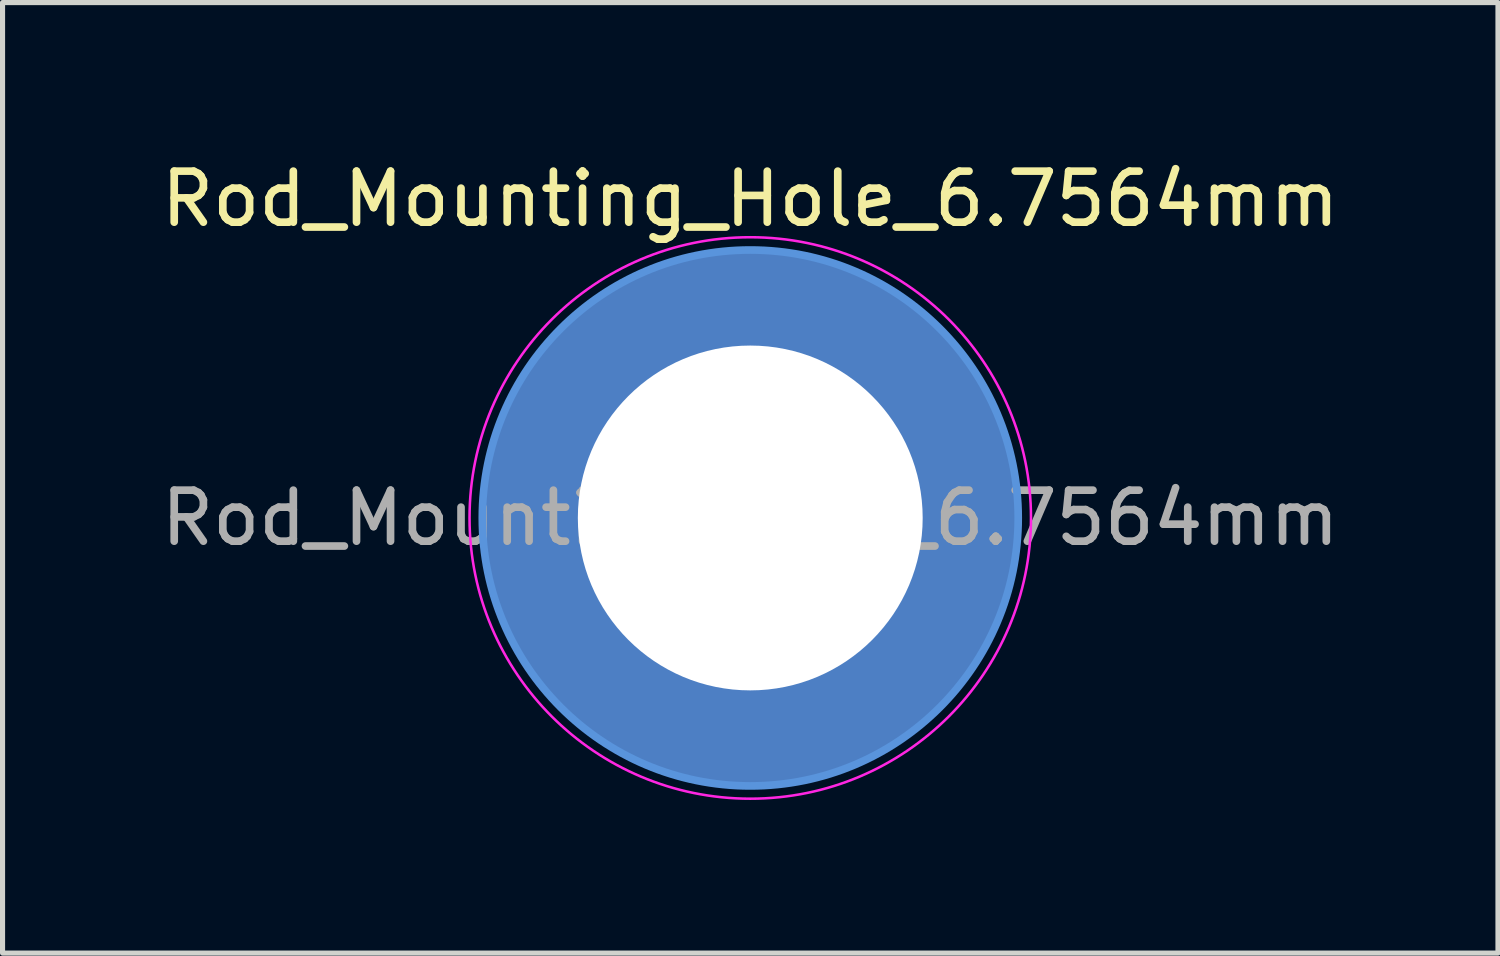
<source format=kicad_pcb>
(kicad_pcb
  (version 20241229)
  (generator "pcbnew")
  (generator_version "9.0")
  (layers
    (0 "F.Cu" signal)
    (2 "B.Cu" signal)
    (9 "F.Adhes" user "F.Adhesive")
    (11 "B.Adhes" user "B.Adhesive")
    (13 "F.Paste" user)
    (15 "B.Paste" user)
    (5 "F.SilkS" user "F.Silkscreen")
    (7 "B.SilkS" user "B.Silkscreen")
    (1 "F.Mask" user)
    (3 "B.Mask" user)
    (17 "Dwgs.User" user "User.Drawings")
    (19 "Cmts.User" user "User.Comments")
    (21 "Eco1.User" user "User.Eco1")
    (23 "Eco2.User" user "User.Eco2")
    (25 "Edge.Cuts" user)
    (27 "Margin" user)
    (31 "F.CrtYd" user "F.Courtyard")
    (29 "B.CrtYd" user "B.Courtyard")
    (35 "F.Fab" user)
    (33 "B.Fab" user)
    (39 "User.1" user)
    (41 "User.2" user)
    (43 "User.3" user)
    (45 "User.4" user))
  (footprint "Rod_Mounting_Hole_6.7564mm"
    (layer "F.Cu")
    (at 11.649 7.098)
    (property "Reference" "Rod_Mounting_Hole_6.7564mm" (at 0 -6.25 0) (layer "F.SilkS") (effects (font (size 1 1) (thickness 0.15))))
    (attr exclude_from_pos_files exclude_from_bom)
    (fp_circle (center 0 0) (end 5.25 0) (stroke (width 0.15) (type solid)) (fill no) (layer "Cmts.User"))
    (fp_circle (center 0 0) (end 5.5 0) (stroke (width 0.05) (type solid)) (fill no) (layer "F.CrtYd"))
    (fp_text user "${REFERENCE}" (at 0 0 0) (layer "F.Fab") (effects (font (size 1 1) (thickness 0.15))))
    (pad "" thru_hole circle (at 0 0) (size 10.5 10.5) (drill 6.756) (layers "*.Cu" "*.Mask")))
  (gr_rect
    (start -3 -3)
    (end 26.298 15.623)
    (stroke (width 0.1) (type default))
    (fill no)
    (layer "Edge.Cuts")))
</source>
